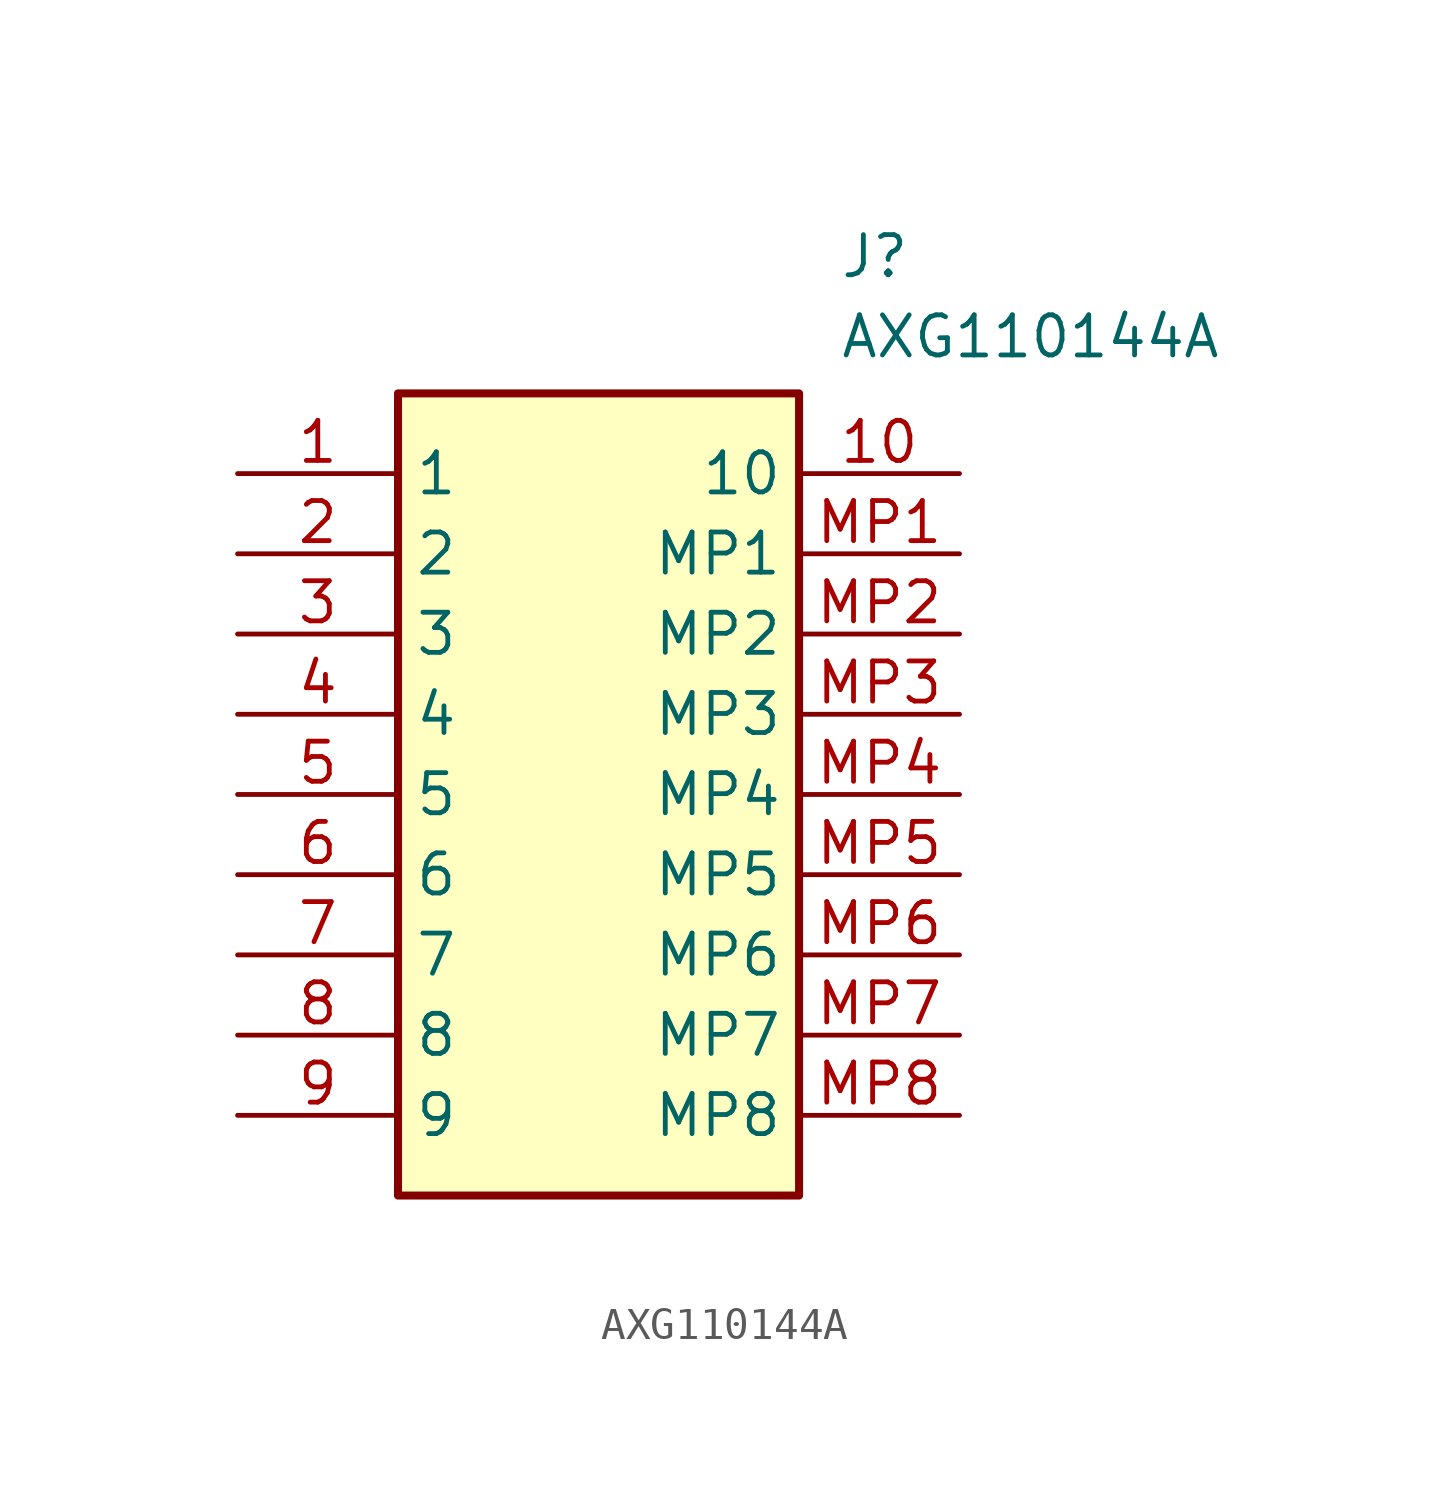
<source format=kicad_sym>
(kicad_symbol_lib
  (version 20220914)
  (generator kicad_symbol_editor)
  (symbol "AXG110144A"
    (property "Reference" "J"
      (at 19.05 7.62 0)
      (effects (font (size 1.27 1.27)) (justify left top)))
    (property "Value" "AXG110144A"
      (at 19.05 5.08 0)
      (effects (font (size 1.27 1.27)) (justify left top)))
    (symbol "AXG110144A_1_1"
      (rectangle (start 5.08 2.54) (end 17.78 -22.86) (stroke (width 0.254) (type default)) (fill (type background)))
      (pin passive line (at 0 0 0) (length 5.08) (name "1" (effects (font (size 1.27 1.27)))) (number "1" (effects (font (size 1.27 1.27)))))
      (pin passive line (at 22.86 0 180) (length 5.08) (name "10" (effects (font (size 1.27 1.27)))) (number "10" (effects (font (size 1.27 1.27)))))
      (pin passive line (at 0 -2.54 0) (length 5.08) (name "2" (effects (font (size 1.27 1.27)))) (number "2" (effects (font (size 1.27 1.27)))))
      (pin passive line (at 0 -5.08 0) (length 5.08) (name "3" (effects (font (size 1.27 1.27)))) (number "3" (effects (font (size 1.27 1.27)))))
      (pin passive line (at 0 -7.62 0) (length 5.08) (name "4" (effects (font (size 1.27 1.27)))) (number "4" (effects (font (size 1.27 1.27)))))
      (pin passive line (at 0 -10.16 0) (length 5.08) (name "5" (effects (font (size 1.27 1.27)))) (number "5" (effects (font (size 1.27 1.27)))))
      (pin passive line (at 0 -12.7 0) (length 5.08) (name "6" (effects (font (size 1.27 1.27)))) (number "6" (effects (font (size 1.27 1.27)))))
      (pin passive line (at 0 -15.24 0) (length 5.08) (name "7" (effects (font (size 1.27 1.27)))) (number "7" (effects (font (size 1.27 1.27)))))
      (pin passive line (at 0 -17.78 0) (length 5.08) (name "8" (effects (font (size 1.27 1.27)))) (number "8" (effects (font (size 1.27 1.27)))))
      (pin passive line (at 0 -20.32 0) (length 5.08) (name "9" (effects (font (size 1.27 1.27)))) (number "9" (effects (font (size 1.27 1.27)))))
      (pin passive line (at 22.86 -2.54 180) (length 5.08) (name "MP1" (effects (font (size 1.27 1.27)))) (number "MP1" (effects (font (size 1.27 1.27)))))
      (pin passive line (at 22.86 -5.08 180) (length 5.08) (name "MP2" (effects (font (size 1.27 1.27)))) (number "MP2" (effects (font (size 1.27 1.27)))))
      (pin passive line (at 22.86 -7.62 180) (length 5.08) (name "MP3" (effects (font (size 1.27 1.27)))) (number "MP3" (effects (font (size 1.27 1.27)))))
      (pin passive line (at 22.86 -10.16 180) (length 5.08) (name "MP4" (effects (font (size 1.27 1.27)))) (number "MP4" (effects (font (size 1.27 1.27)))))
      (pin passive line (at 22.86 -12.7 180) (length 5.08) (name "MP5" (effects (font (size 1.27 1.27)))) (number "MP5" (effects (font (size 1.27 1.27)))))
      (pin passive line (at 22.86 -15.24 180) (length 5.08) (name "MP6" (effects (font (size 1.27 1.27)))) (number "MP6" (effects (font (size 1.27 1.27)))))
      (pin passive line (at 22.86 -17.78 180) (length 5.08) (name "MP7" (effects (font (size 1.27 1.27)))) (number "MP7" (effects (font (size 1.27 1.27)))))
      (pin passive line (at 22.86 -20.32 180) (length 5.08) (name "MP8" (effects (font (size 1.27 1.27)))) (number "MP8" (effects (font (size 1.27 1.27))))))))
</source>
